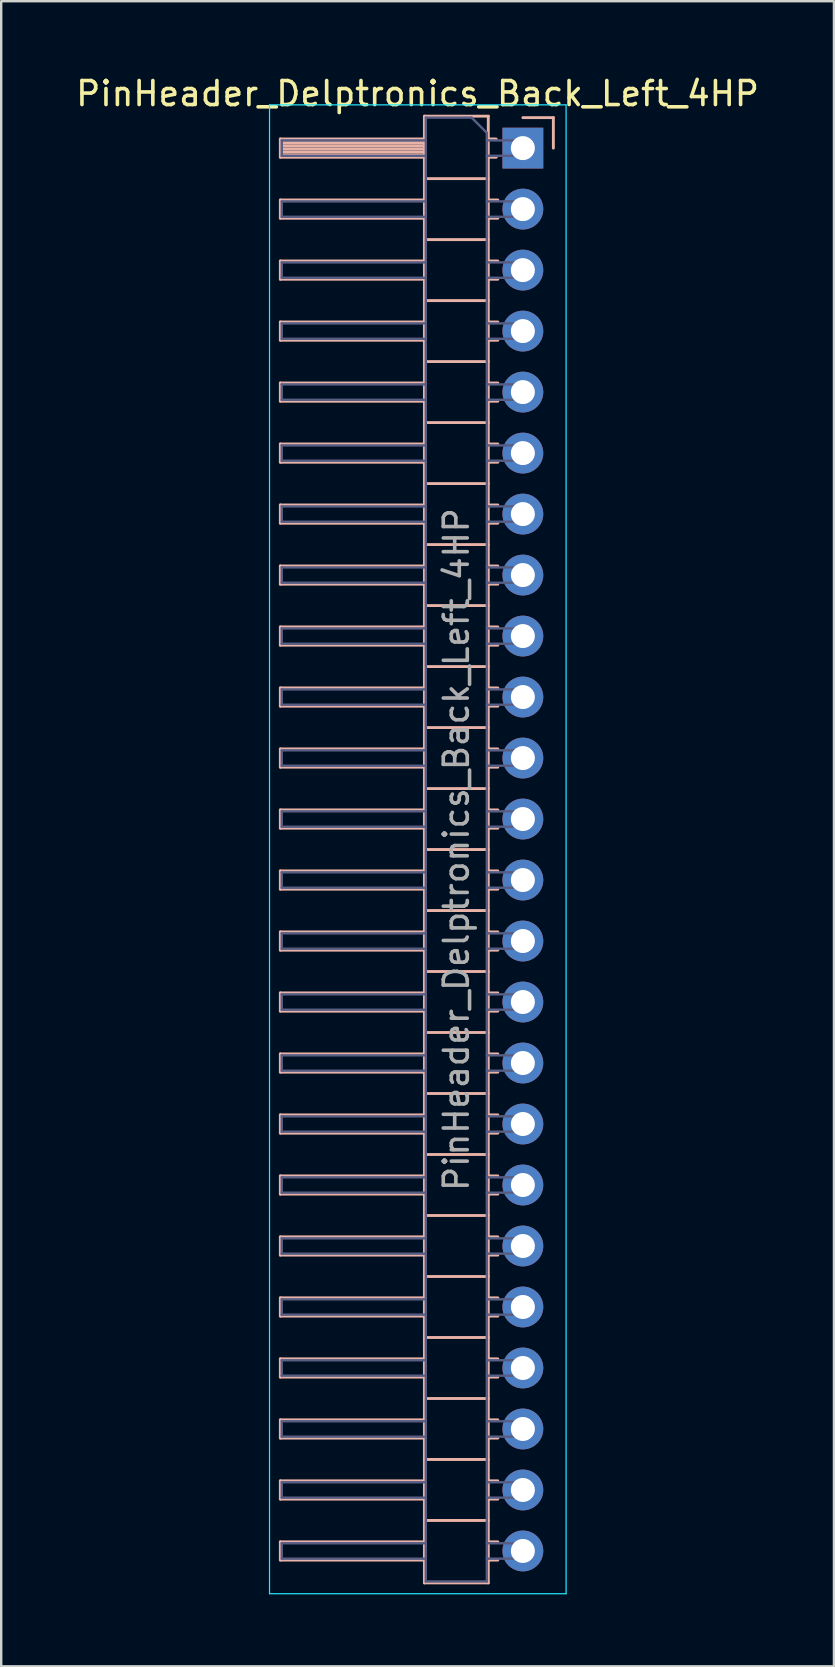
<source format=kicad_pcb>
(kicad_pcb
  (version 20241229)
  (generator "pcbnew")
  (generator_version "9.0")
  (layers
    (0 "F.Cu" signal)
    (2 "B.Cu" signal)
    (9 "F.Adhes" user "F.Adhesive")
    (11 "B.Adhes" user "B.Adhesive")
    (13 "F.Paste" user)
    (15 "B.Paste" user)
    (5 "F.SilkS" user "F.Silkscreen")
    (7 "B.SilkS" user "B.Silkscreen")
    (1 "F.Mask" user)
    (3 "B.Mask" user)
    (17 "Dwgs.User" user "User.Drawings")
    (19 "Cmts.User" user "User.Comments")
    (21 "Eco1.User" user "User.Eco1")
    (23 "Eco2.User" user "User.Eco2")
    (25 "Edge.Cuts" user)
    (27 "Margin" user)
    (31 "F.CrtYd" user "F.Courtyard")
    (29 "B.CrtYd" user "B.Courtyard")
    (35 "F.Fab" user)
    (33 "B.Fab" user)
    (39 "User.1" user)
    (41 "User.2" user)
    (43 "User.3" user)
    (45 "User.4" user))
  (footprint "PinHeader_Delptronics_Back_Left_4HP"
    (layer "F.Cu")
    (at 18.724 3.118)
    (property "Reference" "PinHeader_Delptronics_Back_Left_4HP" (at -4.385 -2.27 0) (layer "F.SilkS") (effects (font (size 1 1) (thickness 0.15))))
    (attr through_hole)
    (fp_line (start -10.1 -0.38) (end -10.1 0.38) (stroke (width 0.12) (type solid)) (layer "B.SilkS"))
    (fp_line (start -10.1 0.38) (end -4.1 0.38) (stroke (width 0.12) (type solid)) (layer "B.SilkS"))
    (fp_line (start -10.1 2.16) (end -10.1 2.92) (stroke (width 0.12) (type solid)) (layer "B.SilkS"))
    (fp_line (start -10.1 2.92) (end -4.1 2.92) (stroke (width 0.12) (type solid)) (layer "B.SilkS"))
    (fp_line (start -10.1 4.7) (end -10.1 5.46) (stroke (width 0.12) (type solid)) (layer "B.SilkS"))
    (fp_line (start -10.1 5.46) (end -4.1 5.46) (stroke (width 0.12) (type solid)) (layer "B.SilkS"))
    (fp_line (start -10.1 7.24) (end -10.1 8) (stroke (width 0.12) (type solid)) (layer "B.SilkS"))
    (fp_line (start -10.1 8) (end -4.1 8) (stroke (width 0.12) (type solid)) (layer "B.SilkS"))
    (fp_line (start -10.1 9.78) (end -10.1 10.54) (stroke (width 0.12) (type solid)) (layer "B.SilkS"))
    (fp_line (start -10.1 10.54) (end -4.1 10.54) (stroke (width 0.12) (type solid)) (layer "B.SilkS"))
    (fp_line (start -10.1 12.32) (end -10.1 13.08) (stroke (width 0.12) (type solid)) (layer "B.SilkS"))
    (fp_line (start -10.1 13.08) (end -4.1 13.08) (stroke (width 0.12) (type solid)) (layer "B.SilkS"))
    (fp_line (start -10.1 14.86) (end -10.1 15.62) (stroke (width 0.12) (type solid)) (layer "B.SilkS"))
    (fp_line (start -10.1 15.62) (end -4.1 15.62) (stroke (width 0.12) (type solid)) (layer "B.SilkS"))
    (fp_line (start -10.1 17.4) (end -10.1 18.16) (stroke (width 0.12) (type solid)) (layer "B.SilkS"))
    (fp_line (start -10.1 18.16) (end -4.1 18.16) (stroke (width 0.12) (type solid)) (layer "B.SilkS"))
    (fp_line (start -10.1 19.94) (end -10.1 20.7) (stroke (width 0.12) (type solid)) (layer "B.SilkS"))
    (fp_line (start -10.1 20.7) (end -4.1 20.7) (stroke (width 0.12) (type solid)) (layer "B.SilkS"))
    (fp_line (start -10.1 22.48) (end -10.1 23.24) (stroke (width 0.12) (type solid)) (layer "B.SilkS"))
    (fp_line (start -10.1 23.24) (end -4.1 23.24) (stroke (width 0.12) (type solid)) (layer "B.SilkS"))
    (fp_line (start -10.1 25.02) (end -10.1 25.78) (stroke (width 0.12) (type solid)) (layer "B.SilkS"))
    (fp_line (start -10.1 25.78) (end -4.1 25.78) (stroke (width 0.12) (type solid)) (layer "B.SilkS"))
    (fp_line (start -10.1 27.56) (end -10.1 28.32) (stroke (width 0.12) (type solid)) (layer "B.SilkS"))
    (fp_line (start -10.1 28.32) (end -4.1 28.32) (stroke (width 0.12) (type solid)) (layer "B.SilkS"))
    (fp_line (start -10.1 30.1) (end -10.1 30.86) (stroke (width 0.12) (type solid)) (layer "B.SilkS"))
    (fp_line (start -10.1 30.86) (end -4.1 30.86) (stroke (width 0.12) (type solid)) (layer "B.SilkS"))
    (fp_line (start -10.1 32.64) (end -10.1 33.4) (stroke (width 0.12) (type solid)) (layer "B.SilkS"))
    (fp_line (start -10.1 33.4) (end -4.1 33.4) (stroke (width 0.12) (type solid)) (layer "B.SilkS"))
    (fp_line (start -10.1 35.18) (end -10.1 35.94) (stroke (width 0.12) (type solid)) (layer "B.SilkS"))
    (fp_line (start -10.1 35.94) (end -4.1 35.94) (stroke (width 0.12) (type solid)) (layer "B.SilkS"))
    (fp_line (start -10.1 37.72) (end -10.1 38.48) (stroke (width 0.12) (type solid)) (layer "B.SilkS"))
    (fp_line (start -10.1 38.48) (end -4.1 38.48) (stroke (width 0.12) (type solid)) (layer "B.SilkS"))
    (fp_line (start -10.1 40.26) (end -10.1 41.02) (stroke (width 0.12) (type solid)) (layer "B.SilkS"))
    (fp_line (start -10.1 41.02) (end -4.1 41.02) (stroke (width 0.12) (type solid)) (layer "B.SilkS"))
    (fp_line (start -10.1 42.8) (end -10.1 43.56) (stroke (width 0.12) (type solid)) (layer "B.SilkS"))
    (fp_line (start -10.1 43.56) (end -4.1 43.56) (stroke (width 0.12) (type solid)) (layer "B.SilkS"))
    (fp_line (start -10.1 45.34) (end -10.1 46.1) (stroke (width 0.12) (type solid)) (layer "B.SilkS"))
    (fp_line (start -10.1 46.1) (end -4.1 46.1) (stroke (width 0.12) (type solid)) (layer "B.SilkS"))
    (fp_line (start -10.1 47.88) (end -10.1 48.64) (stroke (width 0.12) (type solid)) (layer "B.SilkS"))
    (fp_line (start -10.1 48.64) (end -4.1 48.64) (stroke (width 0.12) (type solid)) (layer "B.SilkS"))
    (fp_line (start -10.1 50.42) (end -10.1 51.18) (stroke (width 0.12) (type solid)) (layer "B.SilkS"))
    (fp_line (start -10.1 51.18) (end -4.1 51.18) (stroke (width 0.12) (type solid)) (layer "B.SilkS"))
    (fp_line (start -10.1 52.96) (end -10.1 53.72) (stroke (width 0.12) (type solid)) (layer "B.SilkS"))
    (fp_line (start -10.1 53.72) (end -4.1 53.72) (stroke (width 0.12) (type solid)) (layer "B.SilkS"))
    (fp_line (start -10.1 55.5) (end -10.1 56.26) (stroke (width 0.12) (type solid)) (layer "B.SilkS"))
    (fp_line (start -10.1 56.26) (end -4.1 56.26) (stroke (width 0.12) (type solid)) (layer "B.SilkS"))
    (fp_line (start -10.1 58.04) (end -10.1 58.8) (stroke (width 0.12) (type solid)) (layer "B.SilkS"))
    (fp_line (start -10.1 58.8) (end -4.1 58.8) (stroke (width 0.12) (type solid)) (layer "B.SilkS"))
    (fp_line (start -4.1 -1.33) (end -1.44 -1.33) (stroke (width 0.12) (type solid)) (layer "B.SilkS"))
    (fp_line (start -4.1 -0.38) (end -10.1 -0.38) (stroke (width 0.12) (type solid)) (layer "B.SilkS"))
    (fp_line (start -4.1 -0.32) (end -10.1 -0.32) (stroke (width 0.12) (type solid)) (layer "B.SilkS"))
    (fp_line (start -4.1 -0.2) (end -10.1 -0.2) (stroke (width 0.12) (type solid)) (layer "B.SilkS"))
    (fp_line (start -4.1 -0.08) (end -10.1 -0.08) (stroke (width 0.12) (type solid)) (layer "B.SilkS"))
    (fp_line (start -4.1 0.04) (end -10.1 0.04) (stroke (width 0.12) (type solid)) (layer "B.SilkS"))
    (fp_line (start -4.1 0.16) (end -10.1 0.16) (stroke (width 0.12) (type solid)) (layer "B.SilkS"))
    (fp_line (start -4.1 0.28) (end -10.1 0.28) (stroke (width 0.12) (type solid)) (layer "B.SilkS"))
    (fp_line (start -4.1 2.16) (end -10.1 2.16) (stroke (width 0.12) (type solid)) (layer "B.SilkS"))
    (fp_line (start -4.1 4.7) (end -10.1 4.7) (stroke (width 0.12) (type solid)) (layer "B.SilkS"))
    (fp_line (start -4.1 7.24) (end -10.1 7.24) (stroke (width 0.12) (type solid)) (layer "B.SilkS"))
    (fp_line (start -4.1 9.78) (end -10.1 9.78) (stroke (width 0.12) (type solid)) (layer "B.SilkS"))
    (fp_line (start -4.1 12.32) (end -10.1 12.32) (stroke (width 0.12) (type solid)) (layer "B.SilkS"))
    (fp_line (start -4.1 14.86) (end -10.1 14.86) (stroke (width 0.12) (type solid)) (layer "B.SilkS"))
    (fp_line (start -4.1 17.4) (end -10.1 17.4) (stroke (width 0.12) (type solid)) (layer "B.SilkS"))
    (fp_line (start -4.1 19.94) (end -10.1 19.94) (stroke (width 0.12) (type solid)) (layer "B.SilkS"))
    (fp_line (start -4.1 22.48) (end -10.1 22.48) (stroke (width 0.12) (type solid)) (layer "B.SilkS"))
    (fp_line (start -4.1 25.02) (end -10.1 25.02) (stroke (width 0.12) (type solid)) (layer "B.SilkS"))
    (fp_line (start -4.1 27.56) (end -10.1 27.56) (stroke (width 0.12) (type solid)) (layer "B.SilkS"))
    (fp_line (start -4.1 30.1) (end -10.1 30.1) (stroke (width 0.12) (type solid)) (layer "B.SilkS"))
    (fp_line (start -4.1 32.64) (end -10.1 32.64) (stroke (width 0.12) (type solid)) (layer "B.SilkS"))
    (fp_line (start -4.1 35.18) (end -10.1 35.18) (stroke (width 0.12) (type solid)) (layer "B.SilkS"))
    (fp_line (start -4.1 37.72) (end -10.1 37.72) (stroke (width 0.12) (type solid)) (layer "B.SilkS"))
    (fp_line (start -4.1 40.26) (end -10.1 40.26) (stroke (width 0.12) (type solid)) (layer "B.SilkS"))
    (fp_line (start -4.1 42.8) (end -10.1 42.8) (stroke (width 0.12) (type solid)) (layer "B.SilkS"))
    (fp_line (start -4.1 45.34) (end -10.1 45.34) (stroke (width 0.12) (type solid)) (layer "B.SilkS"))
    (fp_line (start -4.1 47.88) (end -10.1 47.88) (stroke (width 0.12) (type solid)) (layer "B.SilkS"))
    (fp_line (start -4.1 50.42) (end -10.1 50.42) (stroke (width 0.12) (type solid)) (layer "B.SilkS"))
    (fp_line (start -4.1 52.96) (end -10.1 52.96) (stroke (width 0.12) (type solid)) (layer "B.SilkS"))
    (fp_line (start -4.1 55.5) (end -10.1 55.5) (stroke (width 0.12) (type solid)) (layer "B.SilkS"))
    (fp_line (start -4.1 58.04) (end -10.1 58.04) (stroke (width 0.12) (type solid)) (layer "B.SilkS"))
    (fp_line (start -4.1 59.75) (end -4.1 -1.33) (stroke (width 0.12) (type solid)) (layer "B.SilkS"))
    (fp_line (start -1.44 -1.33) (end -1.44 59.75) (stroke (width 0.12) (type solid)) (layer "B.SilkS"))
    (fp_line (start -1.44 1.27) (end -4.1 1.27) (stroke (width 0.12) (type solid)) (layer "B.SilkS"))
    (fp_line (start -1.44 3.81) (end -4.1 3.81) (stroke (width 0.12) (type solid)) (layer "B.SilkS"))
    (fp_line (start -1.44 6.35) (end -4.1 6.35) (stroke (width 0.12) (type solid)) (layer "B.SilkS"))
    (fp_line (start -1.44 8.89) (end -4.1 8.89) (stroke (width 0.12) (type solid)) (layer "B.SilkS"))
    (fp_line (start -1.44 11.43) (end -4.1 11.43) (stroke (width 0.12) (type solid)) (layer "B.SilkS"))
    (fp_line (start -1.44 13.97) (end -4.1 13.97) (stroke (width 0.12) (type solid)) (layer "B.SilkS"))
    (fp_line (start -1.44 16.51) (end -4.1 16.51) (stroke (width 0.12) (type solid)) (layer "B.SilkS"))
    (fp_line (start -1.44 19.05) (end -4.1 19.05) (stroke (width 0.12) (type solid)) (layer "B.SilkS"))
    (fp_line (start -1.44 21.59) (end -4.1 21.59) (stroke (width 0.12) (type solid)) (layer "B.SilkS"))
    (fp_line (start -1.44 24.13) (end -4.1 24.13) (stroke (width 0.12) (type solid)) (layer "B.SilkS"))
    (fp_line (start -1.44 26.67) (end -4.1 26.67) (stroke (width 0.12) (type solid)) (layer "B.SilkS"))
    (fp_line (start -1.44 29.21) (end -4.1 29.21) (stroke (width 0.12) (type solid)) (layer "B.SilkS"))
    (fp_line (start -1.44 31.75) (end -4.1 31.75) (stroke (width 0.12) (type solid)) (layer "B.SilkS"))
    (fp_line (start -1.44 34.29) (end -4.1 34.29) (stroke (width 0.12) (type solid)) (layer "B.SilkS"))
    (fp_line (start -1.44 36.83) (end -4.1 36.83) (stroke (width 0.12) (type solid)) (layer "B.SilkS"))
    (fp_line (start -1.44 39.37) (end -4.1 39.37) (stroke (width 0.12) (type solid)) (layer "B.SilkS"))
    (fp_line (start -1.44 41.91) (end -4.1 41.91) (stroke (width 0.12) (type solid)) (layer "B.SilkS"))
    (fp_line (start -1.44 44.45) (end -4.1 44.45) (stroke (width 0.12) (type solid)) (layer "B.SilkS"))
    (fp_line (start -1.44 46.99) (end -4.1 46.99) (stroke (width 0.12) (type solid)) (layer "B.SilkS"))
    (fp_line (start -1.44 49.53) (end -4.1 49.53) (stroke (width 0.12) (type solid)) (layer "B.SilkS"))
    (fp_line (start -1.44 52.07) (end -4.1 52.07) (stroke (width 0.12) (type solid)) (layer "B.SilkS"))
    (fp_line (start -1.44 54.61) (end -4.1 54.61) (stroke (width 0.12) (type solid)) (layer "B.SilkS"))
    (fp_line (start -1.44 57.15) (end -4.1 57.15) (stroke (width 0.12) (type solid)) (layer "B.SilkS"))
    (fp_line (start -1.44 59.75) (end -4.1 59.75) (stroke (width 0.12) (type solid)) (layer "B.SilkS"))
    (fp_line (start -1.11 -0.38) (end -1.44 -0.38) (stroke (width 0.12) (type solid)) (layer "B.SilkS"))
    (fp_line (start -1.11 0.38) (end -1.44 0.38) (stroke (width 0.12) (type solid)) (layer "B.SilkS"))
    (fp_line (start -1.043 2.16) (end -1.44 2.16) (stroke (width 0.12) (type solid)) (layer "B.SilkS"))
    (fp_line (start -1.043 2.92) (end -1.44 2.92) (stroke (width 0.12) (type solid)) (layer "B.SilkS"))
    (fp_line (start -1.043 4.7) (end -1.44 4.7) (stroke (width 0.12) (type solid)) (layer "B.SilkS"))
    (fp_line (start -1.043 5.46) (end -1.44 5.46) (stroke (width 0.12) (type solid)) (layer "B.SilkS"))
    (fp_line (start -1.043 7.24) (end -1.44 7.24) (stroke (width 0.12) (type solid)) (layer "B.SilkS"))
    (fp_line (start -1.043 8) (end -1.44 8) (stroke (width 0.12) (type solid)) (layer "B.SilkS"))
    (fp_line (start -1.043 9.78) (end -1.44 9.78) (stroke (width 0.12) (type solid)) (layer "B.SilkS"))
    (fp_line (start -1.043 10.54) (end -1.44 10.54) (stroke (width 0.12) (type solid)) (layer "B.SilkS"))
    (fp_line (start -1.043 12.32) (end -1.44 12.32) (stroke (width 0.12) (type solid)) (layer "B.SilkS"))
    (fp_line (start -1.043 13.08) (end -1.44 13.08) (stroke (width 0.12) (type solid)) (layer "B.SilkS"))
    (fp_line (start -1.043 14.86) (end -1.44 14.86) (stroke (width 0.12) (type solid)) (layer "B.SilkS"))
    (fp_line (start -1.043 15.62) (end -1.44 15.62) (stroke (width 0.12) (type solid)) (layer "B.SilkS"))
    (fp_line (start -1.043 17.4) (end -1.44 17.4) (stroke (width 0.12) (type solid)) (layer "B.SilkS"))
    (fp_line (start -1.043 18.16) (end -1.44 18.16) (stroke (width 0.12) (type solid)) (layer "B.SilkS"))
    (fp_line (start -1.043 19.94) (end -1.44 19.94) (stroke (width 0.12) (type solid)) (layer "B.SilkS"))
    (fp_line (start -1.043 20.7) (end -1.44 20.7) (stroke (width 0.12) (type solid)) (layer "B.SilkS"))
    (fp_line (start -1.043 22.48) (end -1.44 22.48) (stroke (width 0.12) (type solid)) (layer "B.SilkS"))
    (fp_line (start -1.043 23.24) (end -1.44 23.24) (stroke (width 0.12) (type solid)) (layer "B.SilkS"))
    (fp_line (start -1.043 25.02) (end -1.44 25.02) (stroke (width 0.12) (type solid)) (layer "B.SilkS"))
    (fp_line (start -1.043 25.78) (end -1.44 25.78) (stroke (width 0.12) (type solid)) (layer "B.SilkS"))
    (fp_line (start -1.043 27.56) (end -1.44 27.56) (stroke (width 0.12) (type solid)) (layer "B.SilkS"))
    (fp_line (start -1.043 28.32) (end -1.44 28.32) (stroke (width 0.12) (type solid)) (layer "B.SilkS"))
    (fp_line (start -1.043 30.1) (end -1.44 30.1) (stroke (width 0.12) (type solid)) (layer "B.SilkS"))
    (fp_line (start -1.043 30.86) (end -1.44 30.86) (stroke (width 0.12) (type solid)) (layer "B.SilkS"))
    (fp_line (start -1.043 32.64) (end -1.44 32.64) (stroke (width 0.12) (type solid)) (layer "B.SilkS"))
    (fp_line (start -1.043 33.4) (end -1.44 33.4) (stroke (width 0.12) (type solid)) (layer "B.SilkS"))
    (fp_line (start -1.043 35.18) (end -1.44 35.18) (stroke (width 0.12) (type solid)) (layer "B.SilkS"))
    (fp_line (start -1.043 35.94) (end -1.44 35.94) (stroke (width 0.12) (type solid)) (layer "B.SilkS"))
    (fp_line (start -1.043 37.72) (end -1.44 37.72) (stroke (width 0.12) (type solid)) (layer "B.SilkS"))
    (fp_line (start -1.043 38.48) (end -1.44 38.48) (stroke (width 0.12) (type solid)) (layer "B.SilkS"))
    (fp_line (start -1.043 40.26) (end -1.44 40.26) (stroke (width 0.12) (type solid)) (layer "B.SilkS"))
    (fp_line (start -1.043 41.02) (end -1.44 41.02) (stroke (width 0.12) (type solid)) (layer "B.SilkS"))
    (fp_line (start -1.043 42.8) (end -1.44 42.8) (stroke (width 0.12) (type solid)) (layer "B.SilkS"))
    (fp_line (start -1.043 43.56) (end -1.44 43.56) (stroke (width 0.12) (type solid)) (layer "B.SilkS"))
    (fp_line (start -1.043 45.34) (end -1.44 45.34) (stroke (width 0.12) (type solid)) (layer "B.SilkS"))
    (fp_line (start -1.043 46.1) (end -1.44 46.1) (stroke (width 0.12) (type solid)) (layer "B.SilkS"))
    (fp_line (start -1.043 47.88) (end -1.44 47.88) (stroke (width 0.12) (type solid)) (layer "B.SilkS"))
    (fp_line (start -1.043 48.64) (end -1.44 48.64) (stroke (width 0.12) (type solid)) (layer "B.SilkS"))
    (fp_line (start -1.043 50.42) (end -1.44 50.42) (stroke (width 0.12) (type solid)) (layer "B.SilkS"))
    (fp_line (start -1.043 51.18) (end -1.44 51.18) (stroke (width 0.12) (type solid)) (layer "B.SilkS"))
    (fp_line (start -1.043 52.96) (end -1.44 52.96) (stroke (width 0.12) (type solid)) (layer "B.SilkS"))
    (fp_line (start -1.043 53.72) (end -1.44 53.72) (stroke (width 0.12) (type solid)) (layer "B.SilkS"))
    (fp_line (start -1.043 55.5) (end -1.44 55.5) (stroke (width 0.12) (type solid)) (layer "B.SilkS"))
    (fp_line (start -1.043 56.26) (end -1.44 56.26) (stroke (width 0.12) (type solid)) (layer "B.SilkS"))
    (fp_line (start -1.043 58.04) (end -1.44 58.04) (stroke (width 0.12) (type solid)) (layer "B.SilkS"))
    (fp_line (start -1.043 58.8) (end -1.44 58.8) (stroke (width 0.12) (type solid)) (layer "B.SilkS"))
    (fp_line (start 1.27 -1.27) (end 0 -1.27) (stroke (width 0.12) (type solid)) (layer "B.SilkS"))
    (fp_line (start 1.27 0) (end 1.27 -1.27) (stroke (width 0.12) (type solid)) (layer "B.SilkS"))
    (fp_line (start -10.55 -1.8) (end 1.8 -1.8) (stroke (width 0.05) (type solid)) (layer "B.CrtYd"))
    (fp_line (start -10.55 60.2) (end -10.55 -1.8) (stroke (width 0.05) (type solid)) (layer "B.CrtYd"))
    (fp_line (start 1.8 -1.8) (end 1.8 60.2) (stroke (width 0.05) (type solid)) (layer "B.CrtYd"))
    (fp_line (start 1.8 60.2) (end -10.55 60.2) (stroke (width 0.05) (type solid)) (layer "B.CrtYd"))
    (fp_line (start -10.04 -0.32) (end -10.04 0.32) (stroke (width 0.1) (type solid)) (layer "B.Fab"))
    (fp_line (start -10.04 2.22) (end -10.04 2.86) (stroke (width 0.1) (type solid)) (layer "B.Fab"))
    (fp_line (start -10.04 4.76) (end -10.04 5.4) (stroke (width 0.1) (type solid)) (layer "B.Fab"))
    (fp_line (start -10.04 7.3) (end -10.04 7.94) (stroke (width 0.1) (type solid)) (layer "B.Fab"))
    (fp_line (start -10.04 9.84) (end -10.04 10.48) (stroke (width 0.1) (type solid)) (layer "B.Fab"))
    (fp_line (start -10.04 12.38) (end -10.04 13.02) (stroke (width 0.1) (type solid)) (layer "B.Fab"))
    (fp_line (start -10.04 14.92) (end -10.04 15.56) (stroke (width 0.1) (type solid)) (layer "B.Fab"))
    (fp_line (start -10.04 17.46) (end -10.04 18.1) (stroke (width 0.1) (type solid)) (layer "B.Fab"))
    (fp_line (start -10.04 20) (end -10.04 20.64) (stroke (width 0.1) (type solid)) (layer "B.Fab"))
    (fp_line (start -10.04 22.54) (end -10.04 23.18) (stroke (width 0.1) (type solid)) (layer "B.Fab"))
    (fp_line (start -10.04 25.08) (end -10.04 25.72) (stroke (width 0.1) (type solid)) (layer "B.Fab"))
    (fp_line (start -10.04 27.62) (end -10.04 28.26) (stroke (width 0.1) (type solid)) (layer "B.Fab"))
    (fp_line (start -10.04 30.16) (end -10.04 30.8) (stroke (width 0.1) (type solid)) (layer "B.Fab"))
    (fp_line (start -10.04 32.7) (end -10.04 33.34) (stroke (width 0.1) (type solid)) (layer "B.Fab"))
    (fp_line (start -10.04 35.24) (end -10.04 35.88) (stroke (width 0.1) (type solid)) (layer "B.Fab"))
    (fp_line (start -10.04 37.78) (end -10.04 38.42) (stroke (width 0.1) (type solid)) (layer "B.Fab"))
    (fp_line (start -10.04 40.32) (end -10.04 40.96) (stroke (width 0.1) (type solid)) (layer "B.Fab"))
    (fp_line (start -10.04 42.86) (end -10.04 43.5) (stroke (width 0.1) (type solid)) (layer "B.Fab"))
    (fp_line (start -10.04 45.4) (end -10.04 46.04) (stroke (width 0.1) (type solid)) (layer "B.Fab"))
    (fp_line (start -10.04 47.94) (end -10.04 48.58) (stroke (width 0.1) (type solid)) (layer "B.Fab"))
    (fp_line (start -10.04 50.48) (end -10.04 51.12) (stroke (width 0.1) (type solid)) (layer "B.Fab"))
    (fp_line (start -10.04 53.02) (end -10.04 53.66) (stroke (width 0.1) (type solid)) (layer "B.Fab"))
    (fp_line (start -10.04 55.56) (end -10.04 56.2) (stroke (width 0.1) (type solid)) (layer "B.Fab"))
    (fp_line (start -10.04 58.1) (end -10.04 58.74) (stroke (width 0.1) (type solid)) (layer "B.Fab"))
    (fp_line (start -4.04 -1.27) (end -4.04 59.69) (stroke (width 0.1) (type solid)) (layer "B.Fab"))
    (fp_line (start -4.04 -0.32) (end -10.04 -0.32) (stroke (width 0.1) (type solid)) (layer "B.Fab"))
    (fp_line (start -4.04 0.32) (end -10.04 0.32) (stroke (width 0.1) (type solid)) (layer "B.Fab"))
    (fp_line (start -4.04 2.22) (end -10.04 2.22) (stroke (width 0.1) (type solid)) (layer "B.Fab"))
    (fp_line (start -4.04 2.86) (end -10.04 2.86) (stroke (width 0.1) (type solid)) (layer "B.Fab"))
    (fp_line (start -4.04 4.76) (end -10.04 4.76) (stroke (width 0.1) (type solid)) (layer "B.Fab"))
    (fp_line (start -4.04 5.4) (end -10.04 5.4) (stroke (width 0.1) (type solid)) (layer "B.Fab"))
    (fp_line (start -4.04 7.3) (end -10.04 7.3) (stroke (width 0.1) (type solid)) (layer "B.Fab"))
    (fp_line (start -4.04 7.94) (end -10.04 7.94) (stroke (width 0.1) (type solid)) (layer "B.Fab"))
    (fp_line (start -4.04 9.84) (end -10.04 9.84) (stroke (width 0.1) (type solid)) (layer "B.Fab"))
    (fp_line (start -4.04 10.48) (end -10.04 10.48) (stroke (width 0.1) (type solid)) (layer "B.Fab"))
    (fp_line (start -4.04 12.38) (end -10.04 12.38) (stroke (width 0.1) (type solid)) (layer "B.Fab"))
    (fp_line (start -4.04 13.02) (end -10.04 13.02) (stroke (width 0.1) (type solid)) (layer "B.Fab"))
    (fp_line (start -4.04 14.92) (end -10.04 14.92) (stroke (width 0.1) (type solid)) (layer "B.Fab"))
    (fp_line (start -4.04 15.56) (end -10.04 15.56) (stroke (width 0.1) (type solid)) (layer "B.Fab"))
    (fp_line (start -4.04 17.46) (end -10.04 17.46) (stroke (width 0.1) (type solid)) (layer "B.Fab"))
    (fp_line (start -4.04 18.1) (end -10.04 18.1) (stroke (width 0.1) (type solid)) (layer "B.Fab"))
    (fp_line (start -4.04 20) (end -10.04 20) (stroke (width 0.1) (type solid)) (layer "B.Fab"))
    (fp_line (start -4.04 20.64) (end -10.04 20.64) (stroke (width 0.1) (type solid)) (layer "B.Fab"))
    (fp_line (start -4.04 22.54) (end -10.04 22.54) (stroke (width 0.1) (type solid)) (layer "B.Fab"))
    (fp_line (start -4.04 23.18) (end -10.04 23.18) (stroke (width 0.1) (type solid)) (layer "B.Fab"))
    (fp_line (start -4.04 25.08) (end -10.04 25.08) (stroke (width 0.1) (type solid)) (layer "B.Fab"))
    (fp_line (start -4.04 25.72) (end -10.04 25.72) (stroke (width 0.1) (type solid)) (layer "B.Fab"))
    (fp_line (start -4.04 27.62) (end -10.04 27.62) (stroke (width 0.1) (type solid)) (layer "B.Fab"))
    (fp_line (start -4.04 28.26) (end -10.04 28.26) (stroke (width 0.1) (type solid)) (layer "B.Fab"))
    (fp_line (start -4.04 30.16) (end -10.04 30.16) (stroke (width 0.1) (type solid)) (layer "B.Fab"))
    (fp_line (start -4.04 30.8) (end -10.04 30.8) (stroke (width 0.1) (type solid)) (layer "B.Fab"))
    (fp_line (start -4.04 32.7) (end -10.04 32.7) (stroke (width 0.1) (type solid)) (layer "B.Fab"))
    (fp_line (start -4.04 33.34) (end -10.04 33.34) (stroke (width 0.1) (type solid)) (layer "B.Fab"))
    (fp_line (start -4.04 35.24) (end -10.04 35.24) (stroke (width 0.1) (type solid)) (layer "B.Fab"))
    (fp_line (start -4.04 35.88) (end -10.04 35.88) (stroke (width 0.1) (type solid)) (layer "B.Fab"))
    (fp_line (start -4.04 37.78) (end -10.04 37.78) (stroke (width 0.1) (type solid)) (layer "B.Fab"))
    (fp_line (start -4.04 38.42) (end -10.04 38.42) (stroke (width 0.1) (type solid)) (layer "B.Fab"))
    (fp_line (start -4.04 40.32) (end -10.04 40.32) (stroke (width 0.1) (type solid)) (layer "B.Fab"))
    (fp_line (start -4.04 40.96) (end -10.04 40.96) (stroke (width 0.1) (type solid)) (layer "B.Fab"))
    (fp_line (start -4.04 42.86) (end -10.04 42.86) (stroke (width 0.1) (type solid)) (layer "B.Fab"))
    (fp_line (start -4.04 43.5) (end -10.04 43.5) (stroke (width 0.1) (type solid)) (layer "B.Fab"))
    (fp_line (start -4.04 45.4) (end -10.04 45.4) (stroke (width 0.1) (type solid)) (layer "B.Fab"))
    (fp_line (start -4.04 46.04) (end -10.04 46.04) (stroke (width 0.1) (type solid)) (layer "B.Fab"))
    (fp_line (start -4.04 47.94) (end -10.04 47.94) (stroke (width 0.1) (type solid)) (layer "B.Fab"))
    (fp_line (start -4.04 48.58) (end -10.04 48.58) (stroke (width 0.1) (type solid)) (layer "B.Fab"))
    (fp_line (start -4.04 50.48) (end -10.04 50.48) (stroke (width 0.1) (type solid)) (layer "B.Fab"))
    (fp_line (start -4.04 51.12) (end -10.04 51.12) (stroke (width 0.1) (type solid)) (layer "B.Fab"))
    (fp_line (start -4.04 53.02) (end -10.04 53.02) (stroke (width 0.1) (type solid)) (layer "B.Fab"))
    (fp_line (start -4.04 53.66) (end -10.04 53.66) (stroke (width 0.1) (type solid)) (layer "B.Fab"))
    (fp_line (start -4.04 55.56) (end -10.04 55.56) (stroke (width 0.1) (type solid)) (layer "B.Fab"))
    (fp_line (start -4.04 56.2) (end -10.04 56.2) (stroke (width 0.1) (type solid)) (layer "B.Fab"))
    (fp_line (start -4.04 58.1) (end -10.04 58.1) (stroke (width 0.1) (type solid)) (layer "B.Fab"))
    (fp_line (start -4.04 58.74) (end -10.04 58.74) (stroke (width 0.1) (type solid)) (layer "B.Fab"))
    (fp_line (start -4.04 59.69) (end -1.5 59.69) (stroke (width 0.1) (type solid)) (layer "B.Fab"))
    (fp_line (start -2.135 -1.27) (end -4.04 -1.27) (stroke (width 0.1) (type solid)) (layer "B.Fab"))
    (fp_line (start -1.5 -0.635) (end -2.135 -1.27) (stroke (width 0.1) (type solid)) (layer "B.Fab"))
    (fp_line (start -1.5 59.69) (end -1.5 -0.635) (stroke (width 0.1) (type solid)) (layer "B.Fab"))
    (fp_line (start 0.32 -0.32) (end -1.5 -0.32) (stroke (width 0.1) (type solid)) (layer "B.Fab"))
    (fp_line (start 0.32 -0.32) (end 0.32 0.32) (stroke (width 0.1) (type solid)) (layer "B.Fab"))
    (fp_line (start 0.32 0.32) (end -1.5 0.32) (stroke (width 0.1) (type solid)) (layer "B.Fab"))
    (fp_line (start 0.32 2.22) (end -1.5 2.22) (stroke (width 0.1) (type solid)) (layer "B.Fab"))
    (fp_line (start 0.32 2.22) (end 0.32 2.86) (stroke (width 0.1) (type solid)) (layer "B.Fab"))
    (fp_line (start 0.32 2.86) (end -1.5 2.86) (stroke (width 0.1) (type solid)) (layer "B.Fab"))
    (fp_line (start 0.32 4.76) (end -1.5 4.76) (stroke (width 0.1) (type solid)) (layer "B.Fab"))
    (fp_line (start 0.32 4.76) (end 0.32 5.4) (stroke (width 0.1) (type solid)) (layer "B.Fab"))
    (fp_line (start 0.32 5.4) (end -1.5 5.4) (stroke (width 0.1) (type solid)) (layer "B.Fab"))
    (fp_line (start 0.32 7.3) (end -1.5 7.3) (stroke (width 0.1) (type solid)) (layer "B.Fab"))
    (fp_line (start 0.32 7.3) (end 0.32 7.94) (stroke (width 0.1) (type solid)) (layer "B.Fab"))
    (fp_line (start 0.32 7.94) (end -1.5 7.94) (stroke (width 0.1) (type solid)) (layer "B.Fab"))
    (fp_line (start 0.32 9.84) (end -1.5 9.84) (stroke (width 0.1) (type solid)) (layer "B.Fab"))
    (fp_line (start 0.32 9.84) (end 0.32 10.48) (stroke (width 0.1) (type solid)) (layer "B.Fab"))
    (fp_line (start 0.32 10.48) (end -1.5 10.48) (stroke (width 0.1) (type solid)) (layer "B.Fab"))
    (fp_line (start 0.32 12.38) (end -1.5 12.38) (stroke (width 0.1) (type solid)) (layer "B.Fab"))
    (fp_line (start 0.32 12.38) (end 0.32 13.02) (stroke (width 0.1) (type solid)) (layer "B.Fab"))
    (fp_line (start 0.32 13.02) (end -1.5 13.02) (stroke (width 0.1) (type solid)) (layer "B.Fab"))
    (fp_line (start 0.32 14.92) (end -1.5 14.92) (stroke (width 0.1) (type solid)) (layer "B.Fab"))
    (fp_line (start 0.32 14.92) (end 0.32 15.56) (stroke (width 0.1) (type solid)) (layer "B.Fab"))
    (fp_line (start 0.32 15.56) (end -1.5 15.56) (stroke (width 0.1) (type solid)) (layer "B.Fab"))
    (fp_line (start 0.32 17.46) (end -1.5 17.46) (stroke (width 0.1) (type solid)) (layer "B.Fab"))
    (fp_line (start 0.32 17.46) (end 0.32 18.1) (stroke (width 0.1) (type solid)) (layer "B.Fab"))
    (fp_line (start 0.32 18.1) (end -1.5 18.1) (stroke (width 0.1) (type solid)) (layer "B.Fab"))
    (fp_line (start 0.32 20) (end -1.5 20) (stroke (width 0.1) (type solid)) (layer "B.Fab"))
    (fp_line (start 0.32 20) (end 0.32 20.64) (stroke (width 0.1) (type solid)) (layer "B.Fab"))
    (fp_line (start 0.32 20.64) (end -1.5 20.64) (stroke (width 0.1) (type solid)) (layer "B.Fab"))
    (fp_line (start 0.32 22.54) (end -1.5 22.54) (stroke (width 0.1) (type solid)) (layer "B.Fab"))
    (fp_line (start 0.32 22.54) (end 0.32 23.18) (stroke (width 0.1) (type solid)) (layer "B.Fab"))
    (fp_line (start 0.32 23.18) (end -1.5 23.18) (stroke (width 0.1) (type solid)) (layer "B.Fab"))
    (fp_line (start 0.32 25.08) (end -1.5 25.08) (stroke (width 0.1) (type solid)) (layer "B.Fab"))
    (fp_line (start 0.32 25.08) (end 0.32 25.72) (stroke (width 0.1) (type solid)) (layer "B.Fab"))
    (fp_line (start 0.32 25.72) (end -1.5 25.72) (stroke (width 0.1) (type solid)) (layer "B.Fab"))
    (fp_line (start 0.32 27.62) (end -1.5 27.62) (stroke (width 0.1) (type solid)) (layer "B.Fab"))
    (fp_line (start 0.32 27.62) (end 0.32 28.26) (stroke (width 0.1) (type solid)) (layer "B.Fab"))
    (fp_line (start 0.32 28.26) (end -1.5 28.26) (stroke (width 0.1) (type solid)) (layer "B.Fab"))
    (fp_line (start 0.32 30.16) (end -1.5 30.16) (stroke (width 0.1) (type solid)) (layer "B.Fab"))
    (fp_line (start 0.32 30.16) (end 0.32 30.8) (stroke (width 0.1) (type solid)) (layer "B.Fab"))
    (fp_line (start 0.32 30.8) (end -1.5 30.8) (stroke (width 0.1) (type solid)) (layer "B.Fab"))
    (fp_line (start 0.32 32.7) (end -1.5 32.7) (stroke (width 0.1) (type solid)) (layer "B.Fab"))
    (fp_line (start 0.32 32.7) (end 0.32 33.34) (stroke (width 0.1) (type solid)) (layer "B.Fab"))
    (fp_line (start 0.32 33.34) (end -1.5 33.34) (stroke (width 0.1) (type solid)) (layer "B.Fab"))
    (fp_line (start 0.32 35.24) (end -1.5 35.24) (stroke (width 0.1) (type solid)) (layer "B.Fab"))
    (fp_line (start 0.32 35.24) (end 0.32 35.88) (stroke (width 0.1) (type solid)) (layer "B.Fab"))
    (fp_line (start 0.32 35.88) (end -1.5 35.88) (stroke (width 0.1) (type solid)) (layer "B.Fab"))
    (fp_line (start 0.32 37.78) (end -1.5 37.78) (stroke (width 0.1) (type solid)) (layer "B.Fab"))
    (fp_line (start 0.32 37.78) (end 0.32 38.42) (stroke (width 0.1) (type solid)) (layer "B.Fab"))
    (fp_line (start 0.32 38.42) (end -1.5 38.42) (stroke (width 0.1) (type solid)) (layer "B.Fab"))
    (fp_line (start 0.32 40.32) (end -1.5 40.32) (stroke (width 0.1) (type solid)) (layer "B.Fab"))
    (fp_line (start 0.32 40.32) (end 0.32 40.96) (stroke (width 0.1) (type solid)) (layer "B.Fab"))
    (fp_line (start 0.32 40.96) (end -1.5 40.96) (stroke (width 0.1) (type solid)) (layer "B.Fab"))
    (fp_line (start 0.32 42.86) (end -1.5 42.86) (stroke (width 0.1) (type solid)) (layer "B.Fab"))
    (fp_line (start 0.32 42.86) (end 0.32 43.5) (stroke (width 0.1) (type solid)) (layer "B.Fab"))
    (fp_line (start 0.32 43.5) (end -1.5 43.5) (stroke (width 0.1) (type solid)) (layer "B.Fab"))
    (fp_line (start 0.32 45.4) (end -1.5 45.4) (stroke (width 0.1) (type solid)) (layer "B.Fab"))
    (fp_line (start 0.32 45.4) (end 0.32 46.04) (stroke (width 0.1) (type solid)) (layer "B.Fab"))
    (fp_line (start 0.32 46.04) (end -1.5 46.04) (stroke (width 0.1) (type solid)) (layer "B.Fab"))
    (fp_line (start 0.32 47.94) (end -1.5 47.94) (stroke (width 0.1) (type solid)) (layer "B.Fab"))
    (fp_line (start 0.32 47.94) (end 0.32 48.58) (stroke (width 0.1) (type solid)) (layer "B.Fab"))
    (fp_line (start 0.32 48.58) (end -1.5 48.58) (stroke (width 0.1) (type solid)) (layer "B.Fab"))
    (fp_line (start 0.32 50.48) (end -1.5 50.48) (stroke (width 0.1) (type solid)) (layer "B.Fab"))
    (fp_line (start 0.32 50.48) (end 0.32 51.12) (stroke (width 0.1) (type solid)) (layer "B.Fab"))
    (fp_line (start 0.32 51.12) (end -1.5 51.12) (stroke (width 0.1) (type solid)) (layer "B.Fab"))
    (fp_line (start 0.32 53.02) (end -1.5 53.02) (stroke (width 0.1) (type solid)) (layer "B.Fab"))
    (fp_line (start 0.32 53.02) (end 0.32 53.66) (stroke (width 0.1) (type solid)) (layer "B.Fab"))
    (fp_line (start 0.32 53.66) (end -1.5 53.66) (stroke (width 0.1) (type solid)) (layer "B.Fab"))
    (fp_line (start 0.32 55.56) (end -1.5 55.56) (stroke (width 0.1) (type solid)) (layer "B.Fab"))
    (fp_line (start 0.32 55.56) (end 0.32 56.2) (stroke (width 0.1) (type solid)) (layer "B.Fab"))
    (fp_line (start 0.32 56.2) (end -1.5 56.2) (stroke (width 0.1) (type solid)) (layer "B.Fab"))
    (fp_line (start 0.32 58.1) (end -1.5 58.1) (stroke (width 0.1) (type solid)) (layer "B.Fab"))
    (fp_line (start 0.32 58.1) (end 0.32 58.74) (stroke (width 0.1) (type solid)) (layer "B.Fab"))
    (fp_line (start 0.32 58.74) (end -1.5 58.74) (stroke (width 0.1) (type solid)) (layer "B.Fab"))
    (fp_text user "${REFERENCE}" (at -2.77 29.21 90) (layer "F.Fab") (effects (font (size 1 1) (thickness 0.15))))
    (pad "1" thru_hole rect (at 0 0 180) (size 1.7 1.7) (drill 1) (layers "*.Cu" "*.Mask"))
    (pad "2" thru_hole oval (at 0 2.54 180) (size 1.7 1.7) (drill 1) (layers "*.Cu" "*.Mask"))
    (pad "3" thru_hole oval (at 0 5.08 180) (size 1.7 1.7) (drill 1) (layers "*.Cu" "*.Mask"))
    (pad "4" thru_hole oval (at 0 7.62 180) (size 1.7 1.7) (drill 1) (layers "*.Cu" "*.Mask"))
    (pad "5" thru_hole oval (at 0 10.16 180) (size 1.7 1.7) (drill 1) (layers "*.Cu" "*.Mask"))
    (pad "6" thru_hole oval (at 0 12.7 180) (size 1.7 1.7) (drill 1) (layers "*.Cu" "*.Mask"))
    (pad "7" thru_hole oval (at 0 15.24 180) (size 1.7 1.7) (drill 1) (layers "*.Cu" "*.Mask"))
    (pad "8" thru_hole oval (at 0 17.78 180) (size 1.7 1.7) (drill 1) (layers "*.Cu" "*.Mask"))
    (pad "9" thru_hole oval (at 0 20.32 180) (size 1.7 1.7) (drill 1) (layers "*.Cu" "*.Mask"))
    (pad "10" thru_hole oval (at 0 22.86 180) (size 1.7 1.7) (drill 1) (layers "*.Cu" "*.Mask"))
    (pad "11" thru_hole oval (at 0 25.4 180) (size 1.7 1.7) (drill 1) (layers "*.Cu" "*.Mask"))
    (pad "12" thru_hole oval (at 0 27.94 180) (size 1.7 1.7) (drill 1) (layers "*.Cu" "*.Mask"))
    (pad "13" thru_hole oval (at 0 30.48 180) (size 1.7 1.7) (drill 1) (layers "*.Cu" "*.Mask"))
    (pad "14" thru_hole oval (at 0 33.02 180) (size 1.7 1.7) (drill 1) (layers "*.Cu" "*.Mask"))
    (pad "15" thru_hole oval (at 0 35.56 180) (size 1.7 1.7) (drill 1) (layers "*.Cu" "*.Mask"))
    (pad "16" thru_hole oval (at 0 38.1 180) (size 1.7 1.7) (drill 1) (layers "*.Cu" "*.Mask"))
    (pad "17" thru_hole oval (at 0 40.64 180) (size 1.7 1.7) (drill 1) (layers "*.Cu" "*.Mask"))
    (pad "18" thru_hole oval (at 0 43.18 180) (size 1.7 1.7) (drill 1) (layers "*.Cu" "*.Mask"))
    (pad "19" thru_hole oval (at 0 45.72 180) (size 1.7 1.7) (drill 1) (layers "*.Cu" "*.Mask"))
    (pad "20" thru_hole oval (at 0 48.26 180) (size 1.7 1.7) (drill 1) (layers "*.Cu" "*.Mask"))
    (pad "21" thru_hole oval (at 0 50.8 180) (size 1.7 1.7) (drill 1) (layers "*.Cu" "*.Mask"))
    (pad "22" thru_hole oval (at 0 53.34 180) (size 1.7 1.7) (drill 1) (layers "*.Cu" "*.Mask"))
    (pad "23" thru_hole oval (at 0 55.88 180) (size 1.7 1.7) (drill 1) (layers "*.Cu" "*.Mask"))
    (pad "24" thru_hole oval (at 0 58.42 180) (size 1.7 1.7) (drill 1) (layers "*.Cu" "*.Mask")))
  (gr_rect
    (start -3 -3)
    (end 31.679 66.343)
    (stroke (width 0.1) (type default))
    (fill no)
    (layer "Edge.Cuts")))
</source>
